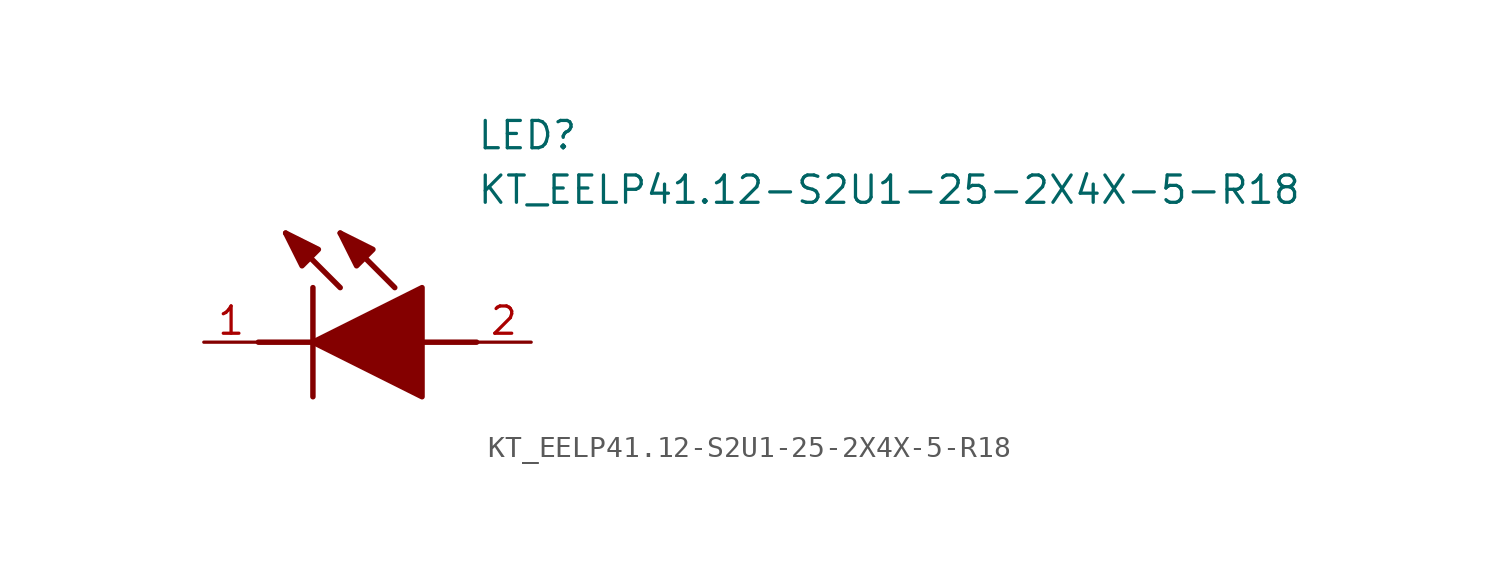
<source format=kicad_sym>
(kicad_symbol_lib
  (version 20211014)
  (generator SamacSys_ECAD_Model)
  (symbol "KT_EELP41.12-S2U1-25-2X4X-5-R18"
    (pin_names hide)
    (property "Reference" "LED"
      (at 12.7 8.89 0)
      (effects (font (size 1.27 1.27)) (justify left bottom)))
    (property "Value" "KT_EELP41.12-S2U1-25-2X4X-5-R18"
      (at 12.7 6.35 0)
      (effects (font (size 1.27 1.27)) (justify left bottom)))
    (polyline
      (pts (xy 5.08 2.54) (xy 5.08 -2.54))
      (stroke (width 0.254) (type default))
      (fill (type none)))
    (polyline
      (pts (xy 6.35 2.54) (xy 3.81 5.08))
      (stroke (width 0.254) (type default))
      (fill (type none)))
    (polyline
      (pts (xy 8.89 2.54) (xy 6.35 5.08))
      (stroke (width 0.254) (type default))
      (fill (type none)))
    (polyline
      (pts (xy 2.54 0) (xy 5.08 0))
      (stroke (width 0.254) (type default))
      (fill (type none)))
    (polyline
      (pts (xy 10.16 0) (xy 12.7 0))
      (stroke (width 0.254) (type default))
      (fill (type none)))
    (polyline
      (pts (xy 5.08 0) (xy 10.16 2.54) (xy 10.16 -2.54) (xy 5.08 0))
      (stroke (width 0.254) (type default))
      (fill (type outline)))
    (polyline
      (pts (xy 5.334 4.318) (xy 4.572 3.556) (xy 3.81 5.08) (xy 5.334 4.318))
      (stroke (width 0.254) (type default))
      (fill (type outline)))
    (polyline
      (pts (xy 7.874 4.318) (xy 7.112 3.556) (xy 6.35 5.08) (xy 7.874 4.318))
      (stroke (width 0.254) (type default))
      (fill (type outline)))
    (pin passive line
      (at 0 0 0)
      (length 2.54)
      (name "K" (effects (font (size 1.27 1.27))))
      (number "1" (effects (font (size 1.27 1.27)))))
    (pin passive line
      (at 15.24 0 180)
      (length 2.54)
      (name "A" (effects (font (size 1.27 1.27))))
      (number "2" (effects (font (size 1.27 1.27)))))))
</source>
